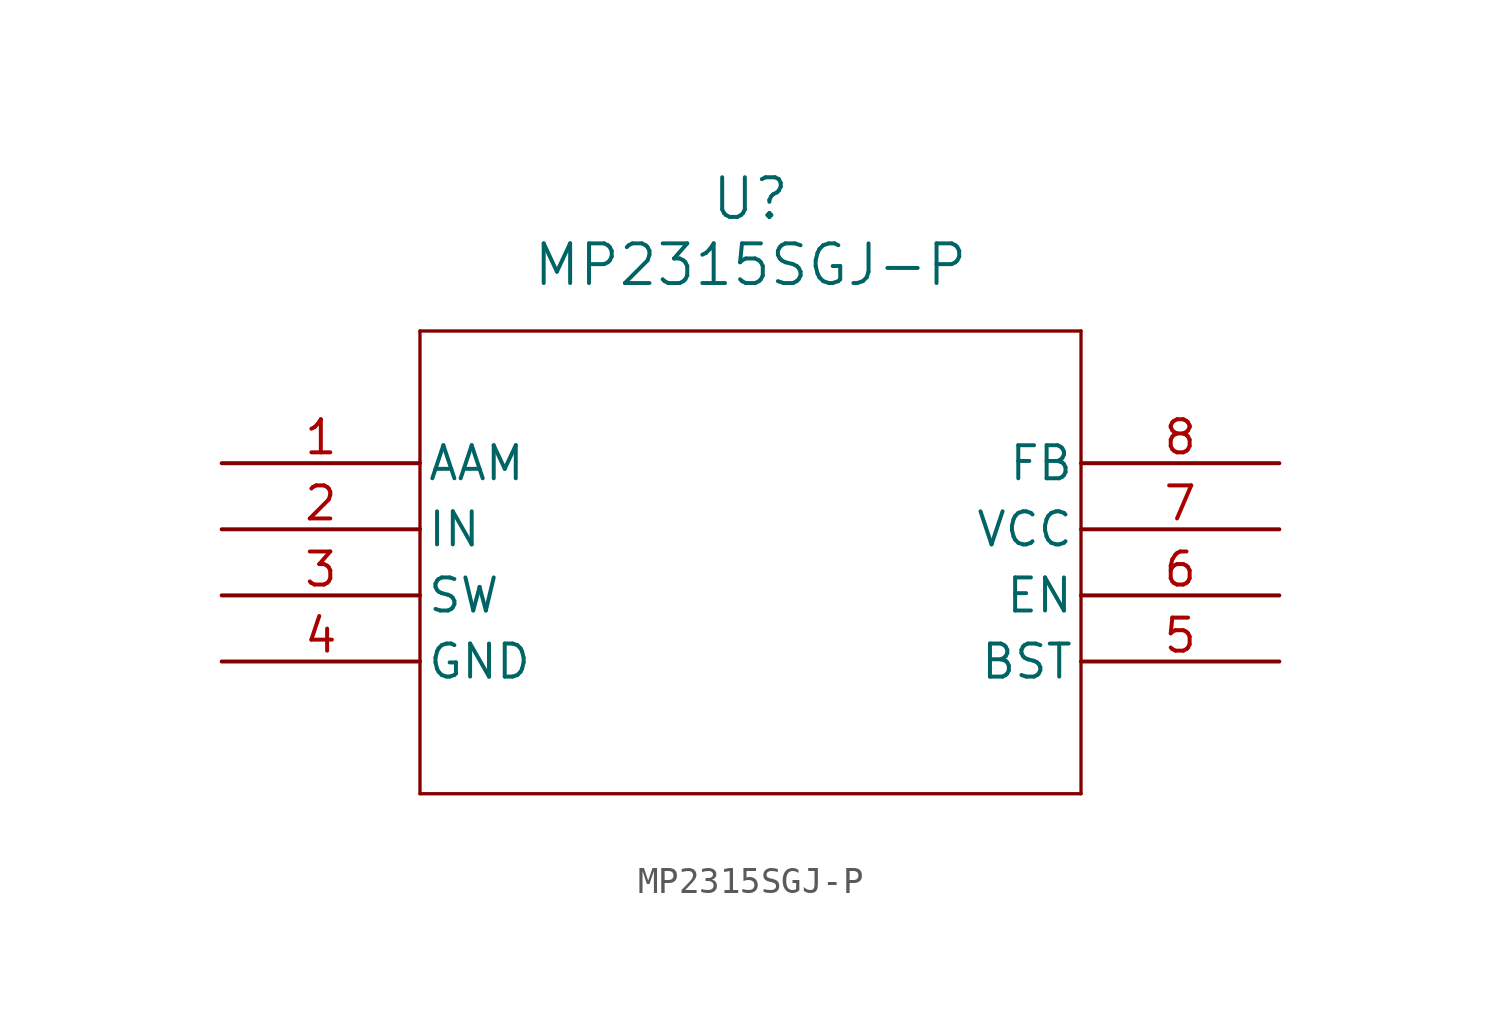
<source format=kicad_sym>
(kicad_symbol_lib
  (version 20211014)
  (generator kicad_symbol_editor)
  (symbol "MP2315SGJ-P"
    (pin_names
      (offset 0.254))
    (property "Reference" "U"
      (at 20.32 10.16 0)
      (effects (font (size 1.524 1.524))))
    (property "Value" "MP2315SGJ-P"
      (at 20.32 7.62 0)
      (effects (font (size 1.524 1.524))))
    (symbol "MP2315SGJ-P_0_1"
      (polyline (pts (xy 7.62 5.08) (xy 7.62 -12.7)) (stroke (width 0.127) (type default) (color 0 0 0 0)) (fill (type none)))
      (polyline (pts (xy 7.62 -12.7) (xy 33.02 -12.7)) (stroke (width 0.127) (type default) (color 0 0 0 0)) (fill (type none)))
      (polyline (pts (xy 33.02 -12.7) (xy 33.02 5.08)) (stroke (width 0.127) (type default) (color 0 0 0 0)) (fill (type none)))
      (polyline (pts (xy 33.02 5.08) (xy 7.62 5.08)) (stroke (width 0.127) (type default) (color 0 0 0 0)) (fill (type none)))
      (pin unspecified line (at 0 0 0) (length 7.62) (name "AAM" (effects (font (size 1.27 1.27)))) (number "1" (effects (font (size 1.27 1.27)))))
      (pin power_in line (at 0 -2.54 0) (length 7.62) (name "IN" (effects (font (size 1.27 1.27)))) (number "2" (effects (font (size 1.27 1.27)))))
      (pin output line (at 0 -5.08 0) (length 7.62) (name "SW" (effects (font (size 1.27 1.27)))) (number "3" (effects (font (size 1.27 1.27)))))
      (pin power_in line (at 0 -7.62 0) (length 7.62) (name "GND" (effects (font (size 1.27 1.27)))) (number "4" (effects (font (size 1.27 1.27)))))
      (pin power_in line (at 40.64 -7.62 180) (length 7.62) (name "BST" (effects (font (size 1.27 1.27)))) (number "5" (effects (font (size 1.27 1.27)))))
      (pin unspecified line (at 40.64 -5.08 180) (length 7.62) (name "EN" (effects (font (size 1.27 1.27)))) (number "6" (effects (font (size 1.27 1.27)))))
      (pin power_in line (at 40.64 -2.54 180) (length 7.62) (name "VCC" (effects (font (size 1.27 1.27)))) (number "7" (effects (font (size 1.27 1.27)))))
      (pin unspecified line (at 40.64 0 180) (length 7.62) (name "FB" (effects (font (size 1.27 1.27)))) (number "8" (effects (font (size 1.27 1.27))))))))
</source>
